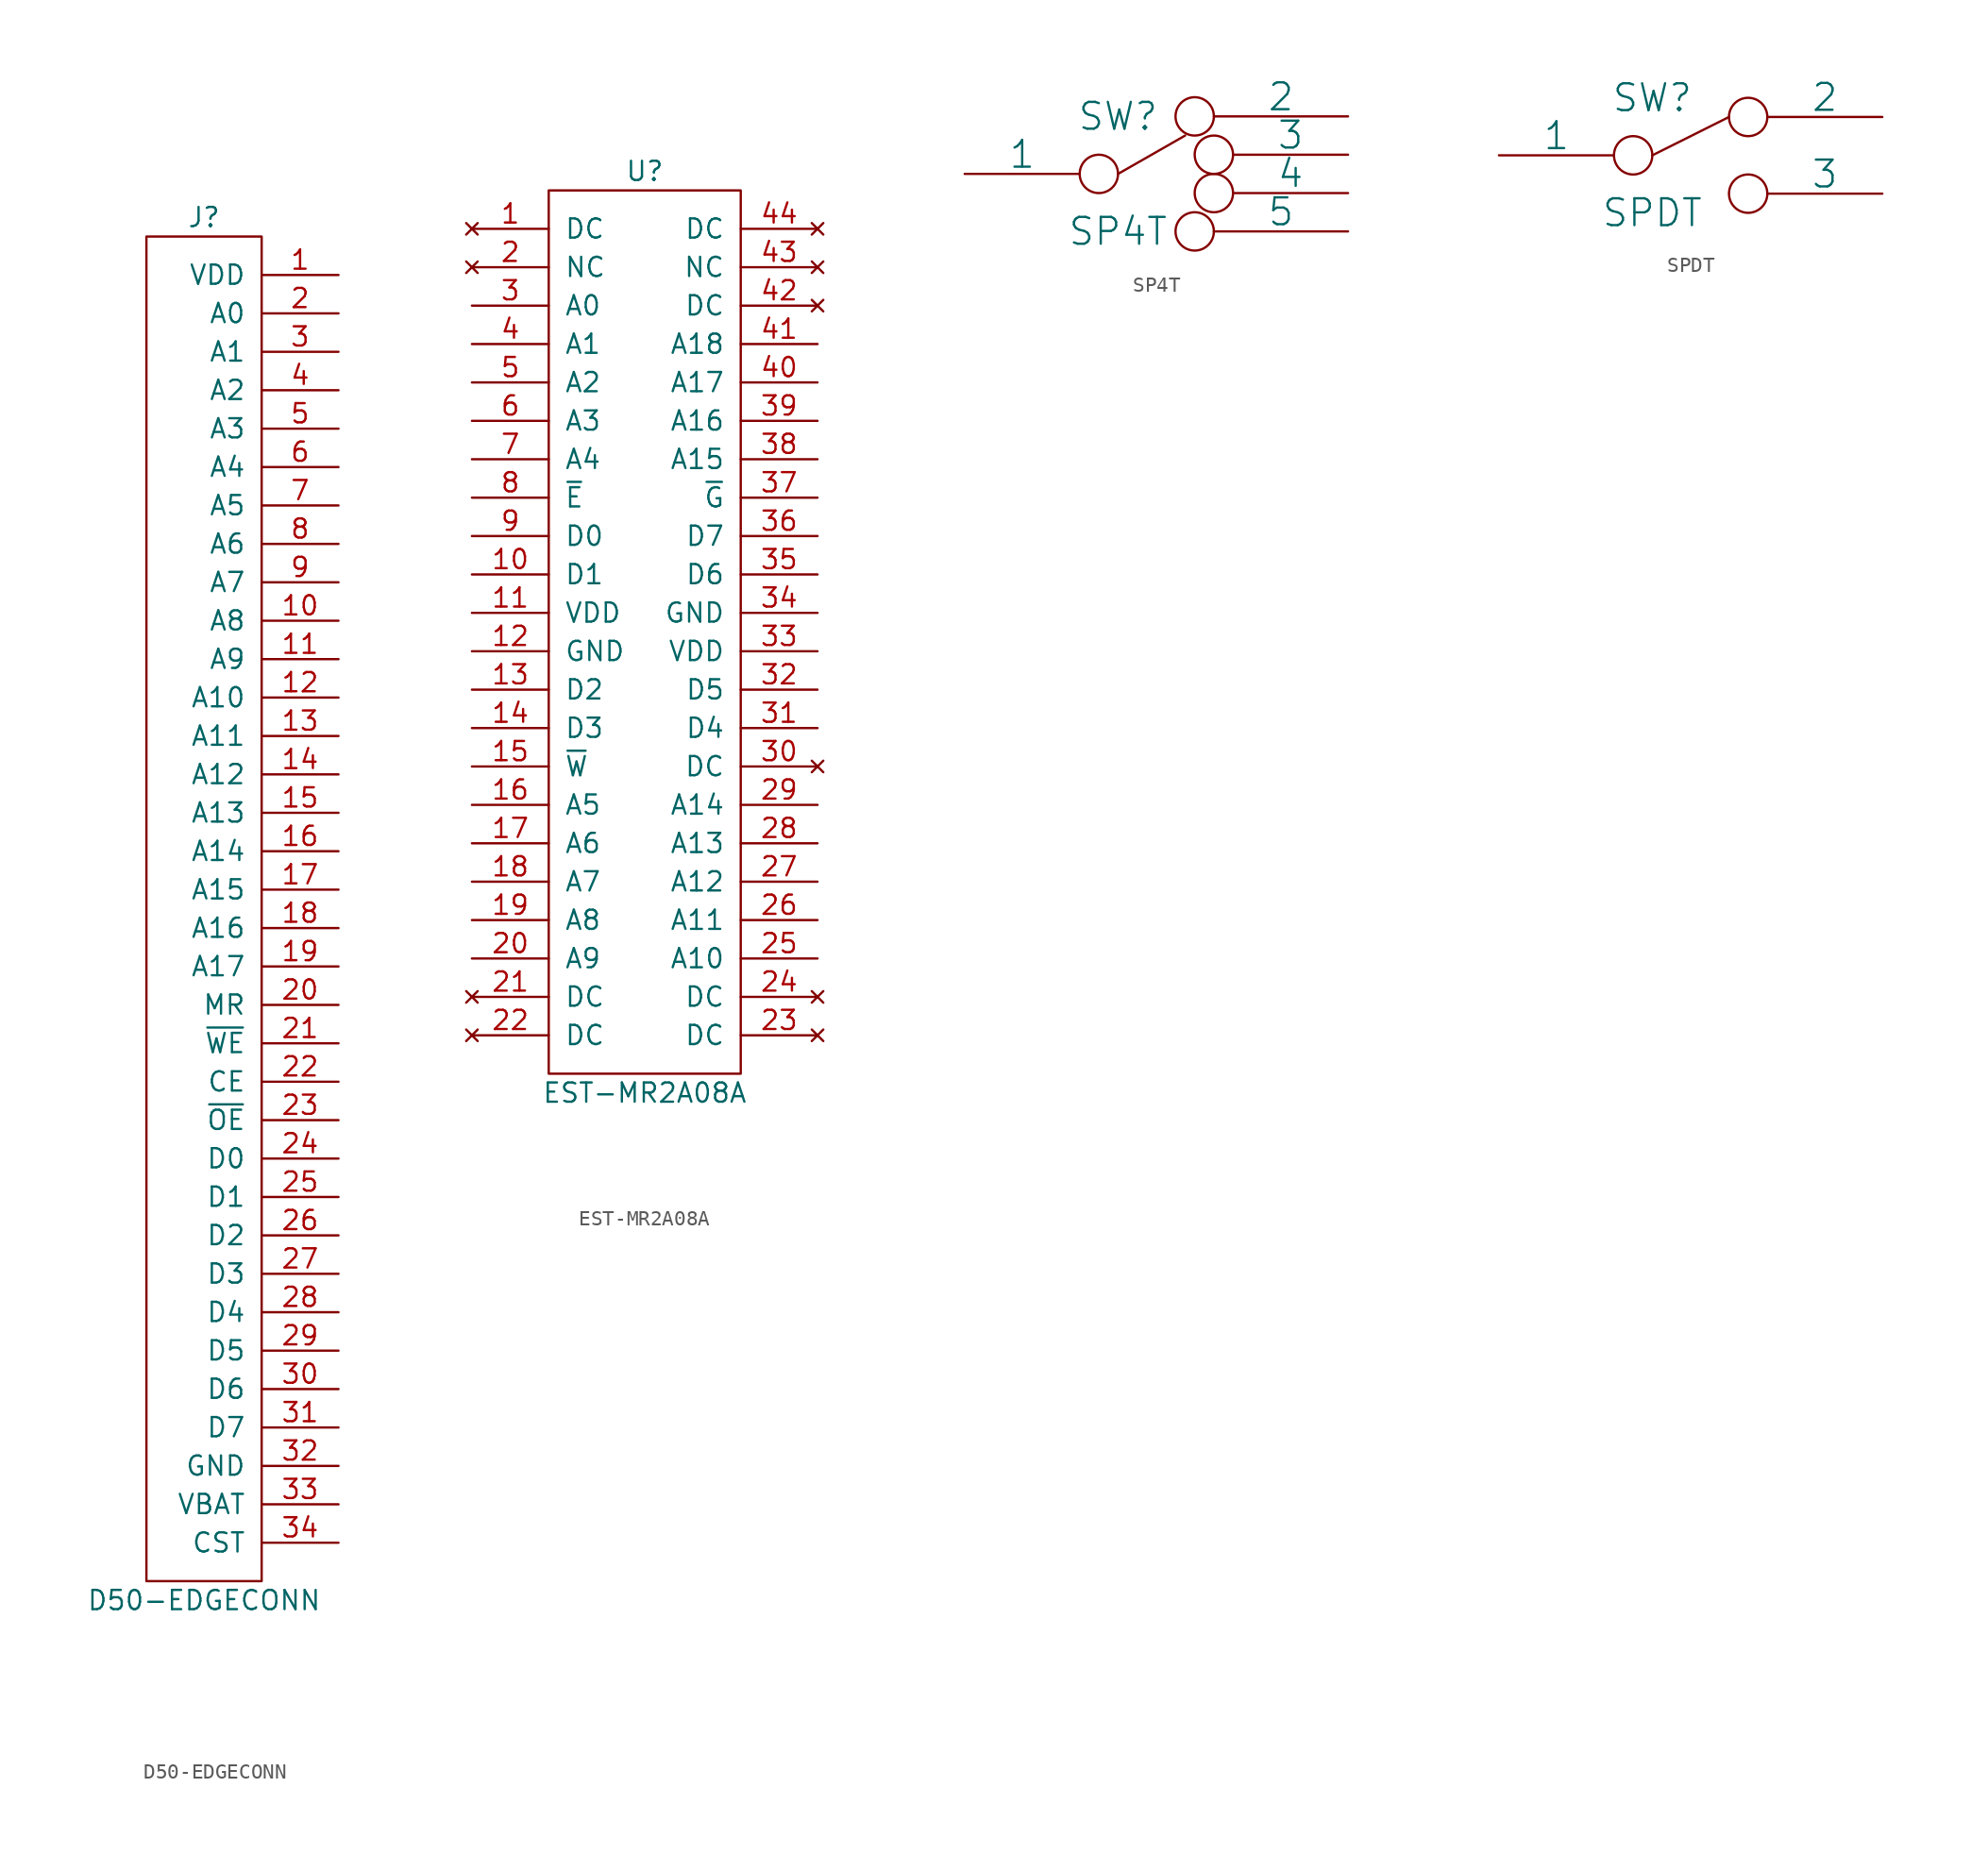
<source format=kicad_sym>
(kicad_symbol_lib
  (version 20220914)
  (generator kicad_symbol_editor)
  (symbol "D50-EDGECONN"
    (pin_names
      (offset 1.016))
    (property "Reference" "J"
      (at 0 45.72 0)
      (effects (font (size 1.27 1.27))))
    (property "Value" "D50-EDGECONN"
      (at 0 -45.72 0)
      (effects (font (size 1.27 1.27))))
    (property "Footprint" ""
      (at 0 0 0)
      (effects (font (size 1.524 1.524))))
    (property "Datasheet" ""
      (at 0 0 0)
      (effects (font (size 1.524 1.524))))
    (symbol "D50-EDGECONN_0_1"
      (rectangle (start -3.81 44.45) (end 3.81 -44.45) (stroke (width 0) (type solid)) (fill (type none))))
    (symbol "D50-EDGECONN_1_1"
      (pin power_out line (at 8.89 41.91 180) (length 5.08) (name "VDD" (effects (font (size 1.27 1.27)))) (number "1" (effects (font (size 1.27 1.27)))))
      (pin output line (at 8.89 19.05 180) (length 5.08) (name "A8" (effects (font (size 1.27 1.27)))) (number "10" (effects (font (size 1.27 1.27)))))
      (pin output line (at 8.89 16.51 180) (length 5.08) (name "A9" (effects (font (size 1.27 1.27)))) (number "11" (effects (font (size 1.27 1.27)))))
      (pin output line (at 8.89 13.97 180) (length 5.08) (name "A10" (effects (font (size 1.27 1.27)))) (number "12" (effects (font (size 1.27 1.27)))))
      (pin output line (at 8.89 11.43 180) (length 5.08) (name "A11" (effects (font (size 1.27 1.27)))) (number "13" (effects (font (size 1.27 1.27)))))
      (pin output line (at 8.89 8.89 180) (length 5.08) (name "A12" (effects (font (size 1.27 1.27)))) (number "14" (effects (font (size 1.27 1.27)))))
      (pin output line (at 8.89 6.35 180) (length 5.08) (name "A13" (effects (font (size 1.27 1.27)))) (number "15" (effects (font (size 1.27 1.27)))))
      (pin output line (at 8.89 3.81 180) (length 5.08) (name "A14" (effects (font (size 1.27 1.27)))) (number "16" (effects (font (size 1.27 1.27)))))
      (pin output line (at 8.89 1.27 180) (length 5.08) (name "A15" (effects (font (size 1.27 1.27)))) (number "17" (effects (font (size 1.27 1.27)))))
      (pin output line (at 8.89 -1.27 180) (length 5.08) (name "A16" (effects (font (size 1.27 1.27)))) (number "18" (effects (font (size 1.27 1.27)))))
      (pin output line (at 8.89 -3.81 180) (length 5.08) (name "A17" (effects (font (size 1.27 1.27)))) (number "19" (effects (font (size 1.27 1.27)))))
      (pin output line (at 8.89 39.37 180) (length 5.08) (name "A0" (effects (font (size 1.27 1.27)))) (number "2" (effects (font (size 1.27 1.27)))))
      (pin input line (at 8.89 -6.35 180) (length 5.08) (name "MR" (effects (font (size 1.27 1.27)))) (number "20" (effects (font (size 1.27 1.27)))))
      (pin output line (at 8.89 -8.89 180) (length 5.08) (name "~{WE}" (effects (font (size 1.27 1.27)))) (number "21" (effects (font (size 1.27 1.27)))))
      (pin output line (at 8.89 -11.43 180) (length 5.08) (name "CE" (effects (font (size 1.27 1.27)))) (number "22" (effects (font (size 1.27 1.27)))))
      (pin output line (at 8.89 -13.97 180) (length 5.08) (name "~{OE}" (effects (font (size 1.27 1.27)))) (number "23" (effects (font (size 1.27 1.27)))))
      (pin bidirectional line (at 8.89 -16.51 180) (length 5.08) (name "D0" (effects (font (size 1.27 1.27)))) (number "24" (effects (font (size 1.27 1.27)))))
      (pin bidirectional line (at 8.89 -19.05 180) (length 5.08) (name "D1" (effects (font (size 1.27 1.27)))) (number "25" (effects (font (size 1.27 1.27)))))
      (pin bidirectional line (at 8.89 -21.59 180) (length 5.08) (name "D2" (effects (font (size 1.27 1.27)))) (number "26" (effects (font (size 1.27 1.27)))))
      (pin bidirectional line (at 8.89 -24.13 180) (length 5.08) (name "D3" (effects (font (size 1.27 1.27)))) (number "27" (effects (font (size 1.27 1.27)))))
      (pin bidirectional line (at 8.89 -26.67 180) (length 5.08) (name "D4" (effects (font (size 1.27 1.27)))) (number "28" (effects (font (size 1.27 1.27)))))
      (pin bidirectional line (at 8.89 -29.21 180) (length 5.08) (name "D5" (effects (font (size 1.27 1.27)))) (number "29" (effects (font (size 1.27 1.27)))))
      (pin output line (at 8.89 36.83 180) (length 5.08) (name "A1" (effects (font (size 1.27 1.27)))) (number "3" (effects (font (size 1.27 1.27)))))
      (pin bidirectional line (at 8.89 -31.75 180) (length 5.08) (name "D6" (effects (font (size 1.27 1.27)))) (number "30" (effects (font (size 1.27 1.27)))))
      (pin bidirectional line (at 8.89 -34.29 180) (length 5.08) (name "D7" (effects (font (size 1.27 1.27)))) (number "31" (effects (font (size 1.27 1.27)))))
      (pin power_out line (at 8.89 -36.83 180) (length 5.08) (name "GND" (effects (font (size 1.27 1.27)))) (number "32" (effects (font (size 1.27 1.27)))))
      (pin input line (at 8.89 -39.37 180) (length 5.08) (name "VBAT" (effects (font (size 1.27 1.27)))) (number "33" (effects (font (size 1.27 1.27)))))
      (pin input line (at 8.89 -41.91 180) (length 5.08) (name "CST" (effects (font (size 1.27 1.27)))) (number "34" (effects (font (size 1.27 1.27)))))
      (pin output line (at 8.89 34.29 180) (length 5.08) (name "A2" (effects (font (size 1.27 1.27)))) (number "4" (effects (font (size 1.27 1.27)))))
      (pin output line (at 8.89 31.75 180) (length 5.08) (name "A3" (effects (font (size 1.27 1.27)))) (number "5" (effects (font (size 1.27 1.27)))))
      (pin output line (at 8.89 29.21 180) (length 5.08) (name "A4" (effects (font (size 1.27 1.27)))) (number "6" (effects (font (size 1.27 1.27)))))
      (pin output line (at 8.89 26.67 180) (length 5.08) (name "A5" (effects (font (size 1.27 1.27)))) (number "7" (effects (font (size 1.27 1.27)))))
      (pin output line (at 8.89 24.13 180) (length 5.08) (name "A6" (effects (font (size 1.27 1.27)))) (number "8" (effects (font (size 1.27 1.27)))))
      (pin output line (at 8.89 21.59 180) (length 5.08) (name "A7" (effects (font (size 1.27 1.27)))) (number "9" (effects (font (size 1.27 1.27)))))))
  (symbol "EST-MR2A08A"
    (pin_names
      (offset 1.016))
    (property "Reference" "U"
      (at 0 30.48 0)
      (effects (font (size 1.27 1.27))))
    (property "Value" "EST-MR2A08A"
      (at 0 -30.48 0)
      (effects (font (size 1.27 1.27))))
    (property "Footprint" ""
      (at -1.27 0 0)
      (effects (font (size 1.524 1.524))))
    (property "Datasheet" ""
      (at -1.27 0 0)
      (effects (font (size 1.524 1.524))))
    (symbol "EST-MR2A08A_0_1"
      (rectangle (start -6.35 29.21) (end 6.35 -29.21) (stroke (width 0) (type solid)) (fill (type none))))
    (symbol "EST-MR2A08A_1_1"
      (pin no_connect line (at -11.43 26.67 0) (length 5.08) (name "DC" (effects (font (size 1.27 1.27)))) (number "1" (effects (font (size 1.27 1.27)))))
      (pin bidirectional line (at -11.43 3.81 0) (length 5.08) (name "D1" (effects (font (size 1.27 1.27)))) (number "10" (effects (font (size 1.27 1.27)))))
      (pin power_in line (at -11.43 1.27 0) (length 5.08) (name "VDD" (effects (font (size 1.27 1.27)))) (number "11" (effects (font (size 1.27 1.27)))))
      (pin power_in line (at -11.43 -1.27 0) (length 5.08) (name "GND" (effects (font (size 1.27 1.27)))) (number "12" (effects (font (size 1.27 1.27)))))
      (pin bidirectional line (at -11.43 -3.81 0) (length 5.08) (name "D2" (effects (font (size 1.27 1.27)))) (number "13" (effects (font (size 1.27 1.27)))))
      (pin bidirectional line (at -11.43 -6.35 0) (length 5.08) (name "D3" (effects (font (size 1.27 1.27)))) (number "14" (effects (font (size 1.27 1.27)))))
      (pin input line (at -11.43 -8.89 0) (length 5.08) (name "~{W}" (effects (font (size 1.27 1.27)))) (number "15" (effects (font (size 1.27 1.27)))))
      (pin input line (at -11.43 -11.43 0) (length 5.08) (name "A5" (effects (font (size 1.27 1.27)))) (number "16" (effects (font (size 1.27 1.27)))))
      (pin input line (at -11.43 -13.97 0) (length 5.08) (name "A6" (effects (font (size 1.27 1.27)))) (number "17" (effects (font (size 1.27 1.27)))))
      (pin input line (at -11.43 -16.51 0) (length 5.08) (name "A7" (effects (font (size 1.27 1.27)))) (number "18" (effects (font (size 1.27 1.27)))))
      (pin input line (at -11.43 -19.05 0) (length 5.08) (name "A8" (effects (font (size 1.27 1.27)))) (number "19" (effects (font (size 1.27 1.27)))))
      (pin no_connect line (at -11.43 24.13 0) (length 5.08) (name "NC" (effects (font (size 1.27 1.27)))) (number "2" (effects (font (size 1.27 1.27)))))
      (pin input line (at -11.43 -21.59 0) (length 5.08) (name "A9" (effects (font (size 1.27 1.27)))) (number "20" (effects (font (size 1.27 1.27)))))
      (pin no_connect line (at -11.43 -24.13 0) (length 5.08) (name "DC" (effects (font (size 1.27 1.27)))) (number "21" (effects (font (size 1.27 1.27)))))
      (pin no_connect line (at -11.43 -26.67 0) (length 5.08) (name "DC" (effects (font (size 1.27 1.27)))) (number "22" (effects (font (size 1.27 1.27)))))
      (pin no_connect line (at 11.43 -26.67 180) (length 5.08) (name "DC" (effects (font (size 1.27 1.27)))) (number "23" (effects (font (size 1.27 1.27)))))
      (pin no_connect line (at 11.43 -24.13 180) (length 5.08) (name "DC" (effects (font (size 1.27 1.27)))) (number "24" (effects (font (size 1.27 1.27)))))
      (pin input line (at 11.43 -21.59 180) (length 5.08) (name "A10" (effects (font (size 1.27 1.27)))) (number "25" (effects (font (size 1.27 1.27)))))
      (pin input line (at 11.43 -19.05 180) (length 5.08) (name "A11" (effects (font (size 1.27 1.27)))) (number "26" (effects (font (size 1.27 1.27)))))
      (pin input line (at 11.43 -16.51 180) (length 5.08) (name "A12" (effects (font (size 1.27 1.27)))) (number "27" (effects (font (size 1.27 1.27)))))
      (pin input line (at 11.43 -13.97 180) (length 5.08) (name "A13" (effects (font (size 1.27 1.27)))) (number "28" (effects (font (size 1.27 1.27)))))
      (pin input line (at 11.43 -11.43 180) (length 5.08) (name "A14" (effects (font (size 1.27 1.27)))) (number "29" (effects (font (size 1.27 1.27)))))
      (pin input line (at -11.43 21.59 0) (length 5.08) (name "A0" (effects (font (size 1.27 1.27)))) (number "3" (effects (font (size 1.27 1.27)))))
      (pin no_connect line (at 11.43 -8.89 180) (length 5.08) (name "DC" (effects (font (size 1.27 1.27)))) (number "30" (effects (font (size 1.27 1.27)))))
      (pin bidirectional line (at 11.43 -6.35 180) (length 5.08) (name "D4" (effects (font (size 1.27 1.27)))) (number "31" (effects (font (size 1.27 1.27)))))
      (pin bidirectional line (at 11.43 -3.81 180) (length 5.08) (name "D5" (effects (font (size 1.27 1.27)))) (number "32" (effects (font (size 1.27 1.27)))))
      (pin power_in line (at 11.43 -1.27 180) (length 5.08) (name "VDD" (effects (font (size 1.27 1.27)))) (number "33" (effects (font (size 1.27 1.27)))))
      (pin power_in line (at 11.43 1.27 180) (length 5.08) (name "GND" (effects (font (size 1.27 1.27)))) (number "34" (effects (font (size 1.27 1.27)))))
      (pin bidirectional line (at 11.43 3.81 180) (length 5.08) (name "D6" (effects (font (size 1.27 1.27)))) (number "35" (effects (font (size 1.27 1.27)))))
      (pin bidirectional line (at 11.43 6.35 180) (length 5.08) (name "D7" (effects (font (size 1.27 1.27)))) (number "36" (effects (font (size 1.27 1.27)))))
      (pin input line (at 11.43 8.89 180) (length 5.08) (name "~{G}" (effects (font (size 1.27 1.27)))) (number "37" (effects (font (size 1.27 1.27)))))
      (pin input line (at 11.43 11.43 180) (length 5.08) (name "A15" (effects (font (size 1.27 1.27)))) (number "38" (effects (font (size 1.27 1.27)))))
      (pin input line (at 11.43 13.97 180) (length 5.08) (name "A16" (effects (font (size 1.27 1.27)))) (number "39" (effects (font (size 1.27 1.27)))))
      (pin input line (at -11.43 19.05 0) (length 5.08) (name "A1" (effects (font (size 1.27 1.27)))) (number "4" (effects (font (size 1.27 1.27)))))
      (pin input line (at 11.43 16.51 180) (length 5.08) (name "A17" (effects (font (size 1.27 1.27)))) (number "40" (effects (font (size 1.27 1.27)))))
      (pin input line (at 11.43 19.05 180) (length 5.08) (name "A18" (effects (font (size 1.27 1.27)))) (number "41" (effects (font (size 1.27 1.27)))))
      (pin no_connect line (at 11.43 21.59 180) (length 5.08) (name "DC" (effects (font (size 1.27 1.27)))) (number "42" (effects (font (size 1.27 1.27)))))
      (pin no_connect line (at 11.43 24.13 180) (length 5.08) (name "NC" (effects (font (size 1.27 1.27)))) (number "43" (effects (font (size 1.27 1.27)))))
      (pin no_connect line (at 11.43 26.67 180) (length 5.08) (name "DC" (effects (font (size 1.27 1.27)))) (number "44" (effects (font (size 1.27 1.27)))))
      (pin input line (at -11.43 16.51 0) (length 5.08) (name "A2" (effects (font (size 1.27 1.27)))) (number "5" (effects (font (size 1.27 1.27)))))
      (pin input line (at -11.43 13.97 0) (length 5.08) (name "A3" (effects (font (size 1.27 1.27)))) (number "6" (effects (font (size 1.27 1.27)))))
      (pin input line (at -11.43 11.43 0) (length 5.08) (name "A4" (effects (font (size 1.27 1.27)))) (number "7" (effects (font (size 1.27 1.27)))))
      (pin input line (at -11.43 8.89 0) (length 5.08) (name "~{E}" (effects (font (size 1.27 1.27)))) (number "8" (effects (font (size 1.27 1.27)))))
      (pin bidirectional line (at -11.43 6.35 0) (length 5.08) (name "D0" (effects (font (size 1.27 1.27)))) (number "9" (effects (font (size 1.27 1.27)))))))
  (symbol "SP4T"
    (pin_numbers hide)
    (pin_names
      (offset 0))
    (property "Reference" "SW"
      (at -2.54 3.81 0)
      (effects (font (size 1.778 1.778))))
    (property "Value" "SP4T"
      (at -2.54 -3.81 0)
      (effects (font (size 1.778 1.778))))
    (property "Footprint" ""
      (at 0 0 0)
      (effects (font (size 1.524 1.524))))
    (property "Datasheet" ""
      (at 0 0 0)
      (effects (font (size 1.524 1.524))))
    (symbol "SP4T_0_0"
      (circle (center -3.81 0) (radius 1.27) (stroke (width 0) (type solid)) (fill (type none)))
      (circle (center 2.54 -3.81) (radius 1.27) (stroke (width 0) (type solid)) (fill (type none)))
      (circle (center 2.54 3.81) (radius 1.27) (stroke (width 0) (type solid)) (fill (type none)))
      (circle (center 3.81 -1.27) (radius 1.27) (stroke (width 0) (type solid)) (fill (type none)))
      (circle (center 3.81 1.27) (radius 1.27) (stroke (width 0) (type solid)) (fill (type none))))
    (symbol "SP4T_0_1"
      (polyline (pts (xy -2.54 0) (xy 1.905 2.54)) (stroke (width 0) (type solid)) (fill (type none))))
    (symbol "SP4T_1_1"
      (pin passive line (at -12.7 0 0) (length 7.62) (name "1" (effects (font (size 1.778 1.778)))) (number "1" (effects (font (size 1.778 1.778)))))
      (pin passive line (at 12.7 3.81 180) (length 8.89) (name "2" (effects (font (size 1.778 1.778)))) (number "2" (effects (font (size 1.778 1.778)))))
      (pin passive line (at 12.7 1.27 180) (length 7.62) (name "3" (effects (font (size 1.778 1.778)))) (number "3" (effects (font (size 1.778 1.778)))))
      (pin passive line (at 12.7 -1.27 180) (length 7.62) (name "4" (effects (font (size 1.778 1.778)))) (number "4" (effects (font (size 1.778 1.778)))))
      (pin passive line (at 12.7 -3.81 180) (length 8.89) (name "5" (effects (font (size 1.778 1.778)))) (number "5" (effects (font (size 1.778 1.778)))))))
  (symbol "SPDT"
    (pin_numbers hide)
    (pin_names
      (offset 0))
    (property "Reference" "SW"
      (at -2.54 3.81 0)
      (effects (font (size 1.778 1.778))))
    (property "Value" "SPDT"
      (at -2.54 -3.81 0)
      (effects (font (size 1.778 1.778))))
    (property "Footprint" ""
      (at 0 0 0)
      (effects (font (size 1.524 1.524))))
    (property "Datasheet" ""
      (at 0 0 0)
      (effects (font (size 1.524 1.524))))
    (symbol "SPDT_0_0"
      (circle (center -3.81 0) (radius 1.27) (stroke (width 0) (type solid)) (fill (type none)))
      (circle (center 3.81 -2.54) (radius 1.27) (stroke (width 0) (type solid)) (fill (type none)))
      (circle (center 3.81 2.54) (radius 1.27) (stroke (width 0) (type solid)) (fill (type none))))
    (symbol "SPDT_0_1"
      (polyline (pts (xy -2.54 0) (xy 2.54 2.54)) (stroke (width 0) (type solid)) (fill (type none))))
    (symbol "SPDT_1_1"
      (pin passive line (at -12.7 0 0) (length 7.62) (name "1" (effects (font (size 1.778 1.778)))) (number "1" (effects (font (size 1.778 1.778)))))
      (pin passive line (at 12.7 2.54 180) (length 7.62) (name "2" (effects (font (size 1.778 1.778)))) (number "2" (effects (font (size 1.778 1.778)))))
      (pin passive line (at 12.7 -2.54 180) (length 7.62) (name "3" (effects (font (size 1.778 1.778)))) (number "3" (effects (font (size 1.778 1.778))))))))
</source>
